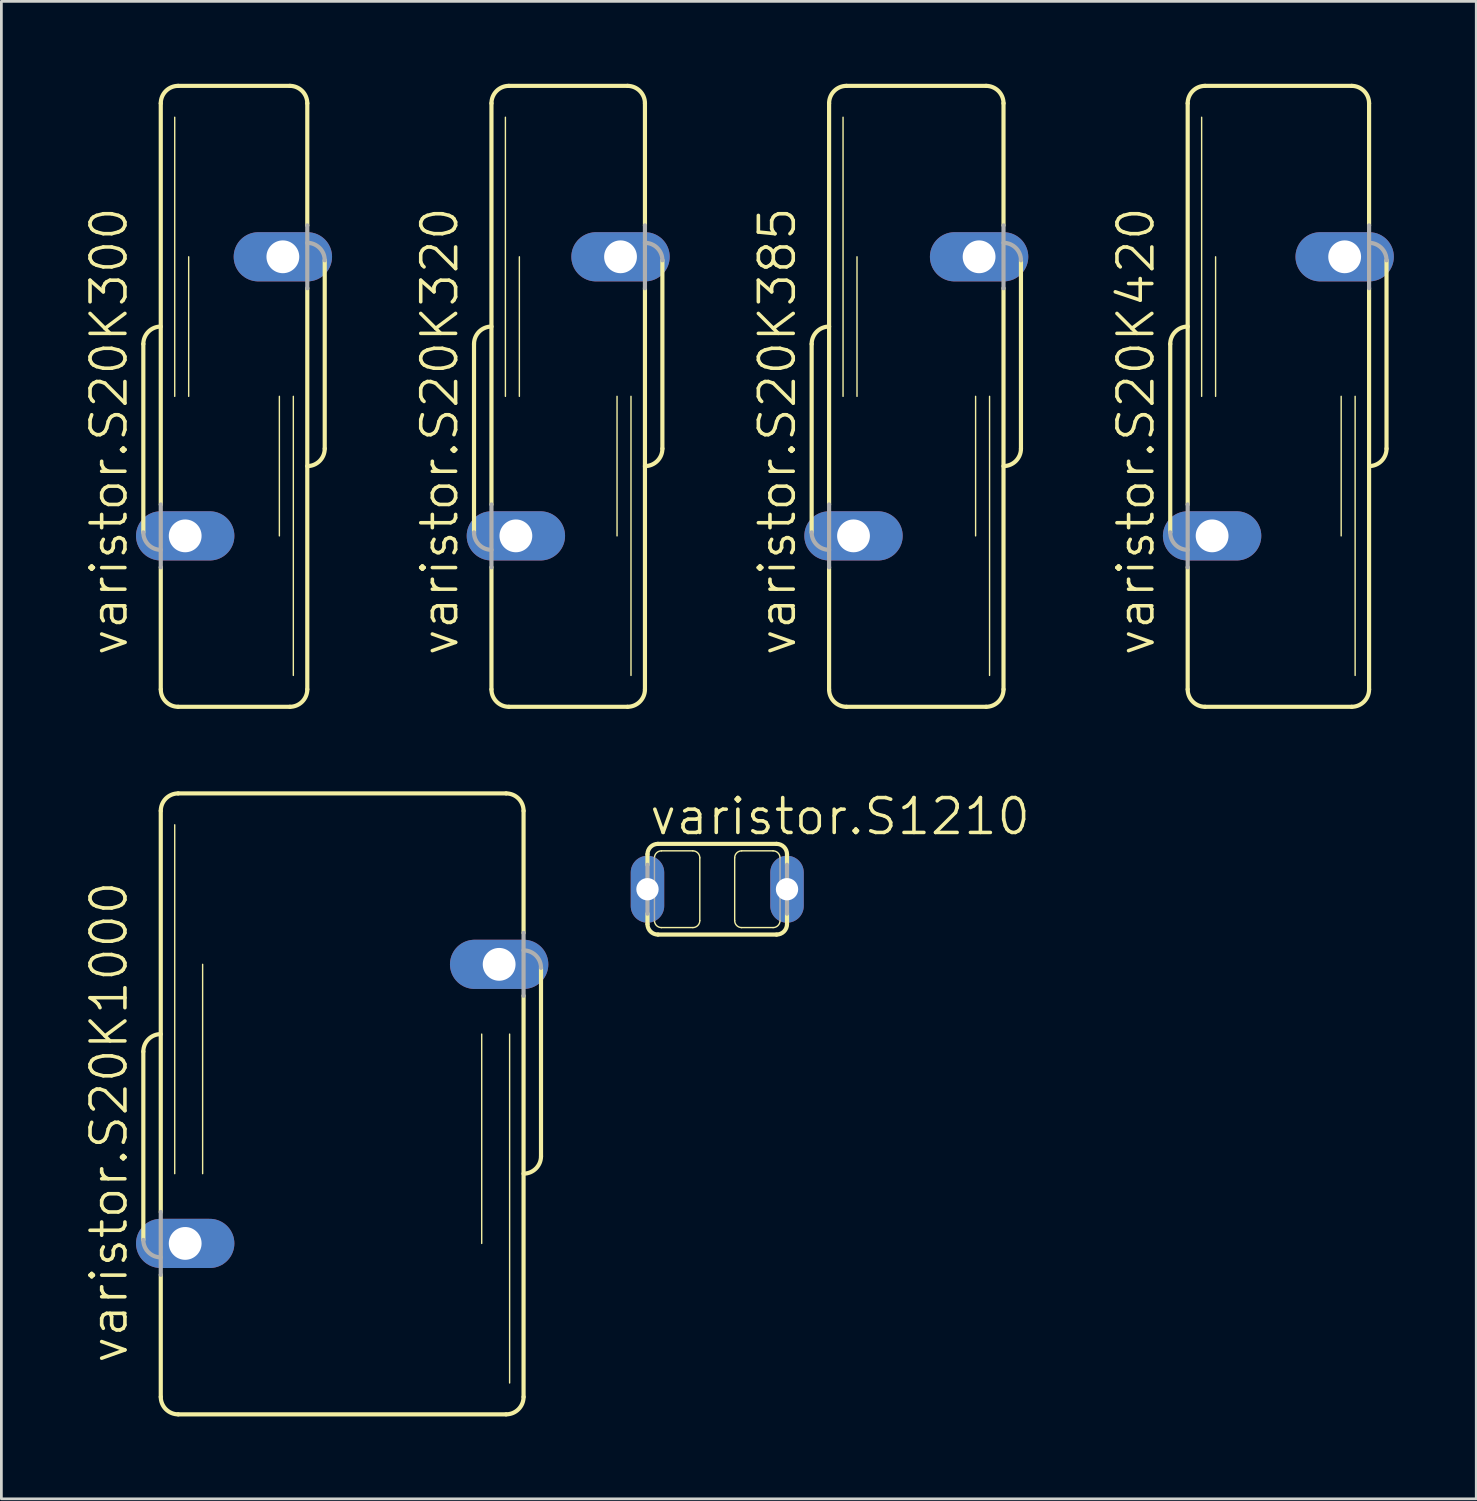
<source format=kicad_pcb>
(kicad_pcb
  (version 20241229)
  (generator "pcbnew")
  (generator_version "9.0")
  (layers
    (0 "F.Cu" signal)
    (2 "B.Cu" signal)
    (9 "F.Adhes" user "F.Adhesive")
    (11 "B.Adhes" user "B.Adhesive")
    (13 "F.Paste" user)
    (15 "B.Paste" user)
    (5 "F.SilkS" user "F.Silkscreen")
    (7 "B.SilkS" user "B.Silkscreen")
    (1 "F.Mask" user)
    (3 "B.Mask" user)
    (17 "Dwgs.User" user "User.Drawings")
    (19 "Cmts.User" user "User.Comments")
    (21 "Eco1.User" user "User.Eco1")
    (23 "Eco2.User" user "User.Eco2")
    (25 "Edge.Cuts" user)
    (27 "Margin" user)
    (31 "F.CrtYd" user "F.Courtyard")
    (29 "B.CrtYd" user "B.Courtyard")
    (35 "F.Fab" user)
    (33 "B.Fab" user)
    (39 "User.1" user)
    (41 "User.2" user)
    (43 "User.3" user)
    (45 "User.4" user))
  (footprint "varistor.S20K385"
    (layer "F.Cu")
    (at 30.309 11.379)
    (property "Reference" "varistor.S20K385" (at -4.318 9.525 90) (layer "F.SilkS") (effects (font (size 1.27 1.27) (thickness 0.13)) (justify left bottom)))
    (attr through_hole)
    (fp_line (start -3.81 -1.905) (end -3.81 4.953) (stroke (width 0.152) (type default)) (layer "F.SilkS"))
    (fp_line (start -3.175 3.937) (end -3.175 -10.668) (stroke (width 0.152) (type default)) (layer "F.SilkS"))
    (fp_line (start -3.175 10.668) (end -3.175 6.223) (stroke (width 0.152) (type default)) (layer "F.SilkS"))
    (fp_line (start -2.667 0) (end -2.667 -10.16) (stroke (width 0.051) (type default)) (layer "F.SilkS"))
    (fp_line (start -2.54 -11.303) (end 2.54 -11.303) (stroke (width 0.152) (type default)) (layer "F.SilkS"))
    (fp_line (start -2.54 11.303) (end 2.54 11.303) (stroke (width 0.152) (type default)) (layer "F.SilkS"))
    (fp_line (start -2.159 0) (end -2.159 -5.08) (stroke (width 0.051) (type default)) (layer "F.SilkS"))
    (fp_line (start 2.159 5.08) (end 2.159 0) (stroke (width 0.051) (type default)) (layer "F.SilkS"))
    (fp_line (start 2.667 10.16) (end 2.667 0) (stroke (width 0.051) (type default)) (layer "F.SilkS"))
    (fp_line (start 3.175 -6.223) (end 3.175 -10.668) (stroke (width 0.152) (type default)) (layer "F.SilkS"))
    (fp_line (start 3.175 10.668) (end 3.175 -3.937) (stroke (width 0.152) (type default)) (layer "F.SilkS"))
    (fp_line (start 3.81 1.905) (end 3.81 -4.953) (stroke (width 0.152) (type default)) (layer "F.SilkS"))
    (fp_arc (start -3.81 -1.905) (mid -3.624013 -2.354013) (end -3.175 -2.54) (stroke (width 0.1524) (type default)) (layer "F.SilkS"))
    (fp_arc (start -3.175 -10.668) (mid -2.989013 -11.117013) (end -2.54 -11.303) (stroke (width 0.1524) (type default)) (layer "F.SilkS"))
    (fp_arc (start -2.54 11.303) (mid -2.989013 11.117013) (end -3.175 10.668) (stroke (width 0.1524) (type default)) (layer "F.SilkS"))
    (fp_arc (start 2.54 -11.303) (mid 2.989013 -11.117013) (end 3.175 -10.668) (stroke (width 0.1524) (type default)) (layer "F.SilkS"))
    (fp_arc (start 3.175 10.668) (mid 2.989013 11.117013) (end 2.54 11.303) (stroke (width 0.1524) (type default)) (layer "F.SilkS"))
    (fp_arc (start 3.81 1.905) (mid 3.624013 2.354013) (end 3.175 2.54) (stroke (width 0.1524) (type default)) (layer "F.SilkS"))
    (fp_line (start -3.175 3.937) (end -3.175 6.223) (stroke (width 0.152) (type default)) (layer "F.Fab"))
    (fp_line (start 3.175 -3.937) (end 3.175 -6.223) (stroke (width 0.152) (type default)) (layer "F.Fab"))
    (fp_arc (start -3.175 5.588) (mid -3.624013 5.402013) (end -3.81 4.953) (stroke (width 0.1524) (type default)) (layer "F.Fab"))
    (fp_arc (start 3.175 -5.588) (mid 3.624013 -5.402013) (end 3.81 -4.953) (stroke (width 0.1524) (type default)) (layer "F.Fab"))
    (pad "1" thru_hole oval (at -2.286 5.08) (size 3.581 1.791) (drill 1.194) (layers "*.Cu" "*.Mask"))
    (pad "2" thru_hole oval (at 2.286 -5.08) (size 3.581 1.791) (drill 1.194) (layers "*.Cu" "*.Mask")))
  (footprint "varistor.S20K1000"
    (layer "F.Cu")
    (at 9.407 37.138)
    (property "Reference" "varistor.S20K1000" (at -7.747 9.525 90) (layer "F.SilkS") (effects (font (size 1.27 1.27) (thickness 0.13)) (justify left bottom)))
    (attr through_hole)
    (fp_line (start -7.239 -1.905) (end -7.239 4.953) (stroke (width 0.152) (type default)) (layer "F.SilkS"))
    (fp_line (start -6.604 3.937) (end -6.604 -10.668) (stroke (width 0.152) (type default)) (layer "F.SilkS"))
    (fp_line (start -6.604 10.668) (end -6.604 6.223) (stroke (width 0.152) (type default)) (layer "F.SilkS"))
    (fp_line (start -6.096 2.54) (end -6.096 -10.16) (stroke (width 0.051) (type default)) (layer "F.SilkS"))
    (fp_line (start -5.969 -11.303) (end 5.969 -11.303) (stroke (width 0.152) (type default)) (layer "F.SilkS"))
    (fp_line (start -5.969 11.303) (end 5.969 11.303) (stroke (width 0.152) (type default)) (layer "F.SilkS"))
    (fp_line (start -5.08 2.54) (end -5.08 -5.08) (stroke (width 0.051) (type default)) (layer "F.SilkS"))
    (fp_line (start 5.08 5.08) (end 5.08 -2.54) (stroke (width 0.051) (type default)) (layer "F.SilkS"))
    (fp_line (start 6.096 10.16) (end 6.096 -2.54) (stroke (width 0.051) (type default)) (layer "F.SilkS"))
    (fp_line (start 6.604 -6.223) (end 6.604 -10.668) (stroke (width 0.152) (type default)) (layer "F.SilkS"))
    (fp_line (start 6.604 10.668) (end 6.604 -3.937) (stroke (width 0.152) (type default)) (layer "F.SilkS"))
    (fp_line (start 7.239 1.905) (end 7.239 -4.953) (stroke (width 0.152) (type default)) (layer "F.SilkS"))
    (fp_arc (start -7.239 -1.905) (mid -7.053013 -2.354013) (end -6.604 -2.54) (stroke (width 0.1524) (type default)) (layer "F.SilkS"))
    (fp_arc (start -6.604 -10.668) (mid -6.418013 -11.117013) (end -5.969 -11.303) (stroke (width 0.1524) (type default)) (layer "F.SilkS"))
    (fp_arc (start -5.969 11.303) (mid -6.418013 11.117013) (end -6.604 10.668) (stroke (width 0.1524) (type default)) (layer "F.SilkS"))
    (fp_arc (start 5.969 -11.303) (mid 6.418013 -11.117013) (end 6.604 -10.668) (stroke (width 0.1524) (type default)) (layer "F.SilkS"))
    (fp_arc (start 6.604 10.668) (mid 6.418013 11.117013) (end 5.969 11.303) (stroke (width 0.1524) (type default)) (layer "F.SilkS"))
    (fp_arc (start 7.239 1.905) (mid 7.053013 2.354013) (end 6.604 2.54) (stroke (width 0.1524) (type default)) (layer "F.SilkS"))
    (fp_line (start -6.604 3.937) (end -6.604 6.223) (stroke (width 0.152) (type default)) (layer "F.Fab"))
    (fp_line (start 6.604 -3.937) (end 6.604 -6.223) (stroke (width 0.152) (type default)) (layer "F.Fab"))
    (fp_arc (start -6.604 5.588) (mid -7.053013 5.402013) (end -7.239 4.953) (stroke (width 0.1524) (type default)) (layer "F.Fab"))
    (fp_arc (start 6.604 -5.588) (mid 7.053013 -5.402013) (end 7.239 -4.953) (stroke (width 0.1524) (type default)) (layer "F.Fab"))
    (pad "1" thru_hole oval (at -5.715 5.08) (size 3.581 1.791) (drill 1.194) (layers "*.Cu" "*.Mask"))
    (pad "2" thru_hole oval (at 5.715 -5.08) (size 3.581 1.791) (drill 1.194) (layers "*.Cu" "*.Mask")))
  (footprint "varistor.S20K300"
    (layer "F.Cu")
    (at 5.47 11.379)
    (property "Reference" "varistor.S20K300" (at -3.81 9.525 90) (layer "F.SilkS") (effects (font (size 1.27 1.27) (thickness 0.13)) (justify left bottom)))
    (attr through_hole)
    (fp_line (start -3.302 -1.905) (end -3.302 4.953) (stroke (width 0.152) (type default)) (layer "F.SilkS"))
    (fp_line (start -2.667 3.937) (end -2.667 -10.668) (stroke (width 0.152) (type default)) (layer "F.SilkS"))
    (fp_line (start -2.667 10.668) (end -2.667 6.223) (stroke (width 0.152) (type default)) (layer "F.SilkS"))
    (fp_line (start -2.159 0) (end -2.159 -10.16) (stroke (width 0.051) (type default)) (layer "F.SilkS"))
    (fp_line (start -2.032 -11.303) (end 2.032 -11.303) (stroke (width 0.152) (type default)) (layer "F.SilkS"))
    (fp_line (start -2.032 11.303) (end 2.032 11.303) (stroke (width 0.152) (type default)) (layer "F.SilkS"))
    (fp_line (start -1.651 0) (end -1.651 -5.08) (stroke (width 0.051) (type default)) (layer "F.SilkS"))
    (fp_line (start 1.651 5.08) (end 1.651 0) (stroke (width 0.051) (type default)) (layer "F.SilkS"))
    (fp_line (start 2.159 10.16) (end 2.159 0) (stroke (width 0.051) (type default)) (layer "F.SilkS"))
    (fp_line (start 2.667 -6.223) (end 2.667 -10.668) (stroke (width 0.152) (type default)) (layer "F.SilkS"))
    (fp_line (start 2.667 10.668) (end 2.667 -3.937) (stroke (width 0.152) (type default)) (layer "F.SilkS"))
    (fp_line (start 3.302 1.905) (end 3.302 -4.953) (stroke (width 0.152) (type default)) (layer "F.SilkS"))
    (fp_arc (start -3.302 -1.905) (mid -3.116013 -2.354013) (end -2.667 -2.54) (stroke (width 0.1524) (type default)) (layer "F.SilkS"))
    (fp_arc (start -2.667 -10.668) (mid -2.481013 -11.117013) (end -2.032 -11.303) (stroke (width 0.1524) (type default)) (layer "F.SilkS"))
    (fp_arc (start -2.032 11.303) (mid -2.481013 11.117013) (end -2.667 10.668) (stroke (width 0.1524) (type default)) (layer "F.SilkS"))
    (fp_arc (start 2.032 -11.303) (mid 2.481013 -11.117013) (end 2.667 -10.668) (stroke (width 0.1524) (type default)) (layer "F.SilkS"))
    (fp_arc (start 2.667 10.668) (mid 2.481013 11.117013) (end 2.032 11.303) (stroke (width 0.1524) (type default)) (layer "F.SilkS"))
    (fp_arc (start 3.302 1.905) (mid 3.116013 2.354013) (end 2.667 2.54) (stroke (width 0.1524) (type default)) (layer "F.SilkS"))
    (fp_line (start -2.667 3.937) (end -2.667 6.223) (stroke (width 0.152) (type default)) (layer "F.Fab"))
    (fp_line (start 2.667 -3.937) (end 2.667 -6.223) (stroke (width 0.152) (type default)) (layer "F.Fab"))
    (fp_arc (start -2.667 5.588) (mid -3.116013 5.402013) (end -3.302 4.953) (stroke (width 0.1524) (type default)) (layer "F.Fab"))
    (fp_arc (start 2.667 -5.588) (mid 3.116013 -5.402013) (end 3.302 -4.953) (stroke (width 0.1524) (type default)) (layer "F.Fab"))
    (pad "1" thru_hole oval (at -1.778 5.08) (size 3.581 1.791) (drill 1.194) (layers "*.Cu" "*.Mask"))
    (pad "2" thru_hole oval (at 1.778 -5.08) (size 3.581 1.791) (drill 1.194) (layers "*.Cu" "*.Mask")))
  (footprint "varistor.S1210"
    (layer "F.Cu")
    (at 23.062 29.323)
    (property "Reference" "varistor.S1210" (at -2.54 -1.905 0) (layer "F.SilkS") (effects (font (size 1.27 1.27) (thickness 0.13)) (justify left bottom)))
    (attr through_hole)
    (fp_line (start -2.54 -1.27) (end -2.54 -0.889) (stroke (width 0.152) (type default)) (layer "F.SilkS"))
    (fp_line (start -2.54 0.889) (end -2.54 1.27) (stroke (width 0.152) (type default)) (layer "F.SilkS"))
    (fp_line (start -2.159 1.651) (end 2.159 1.651) (stroke (width 0.152) (type default)) (layer "F.SilkS"))
    (fp_line (start -0.889 -1.397) (end -2.032 -1.397) (stroke (width 0.051) (type default)) (layer "F.SilkS"))
    (fp_line (start -0.889 1.397) (end -2.032 1.397) (stroke (width 0.051) (type default)) (layer "F.SilkS"))
    (fp_line (start -0.635 -1.143) (end -0.635 1.143) (stroke (width 0.051) (type default)) (layer "F.SilkS"))
    (fp_line (start 0.635 -1.143) (end 0.635 1.143) (stroke (width 0.051) (type default)) (layer "F.SilkS"))
    (fp_line (start 2.032 -1.397) (end 0.889 -1.397) (stroke (width 0.051) (type default)) (layer "F.SilkS"))
    (fp_line (start 2.032 1.397) (end 0.889 1.397) (stroke (width 0.051) (type default)) (layer "F.SilkS"))
    (fp_line (start 2.159 -1.651) (end -2.159 -1.651) (stroke (width 0.152) (type default)) (layer "F.SilkS"))
    (fp_line (start 2.54 -0.889) (end 2.54 -1.27) (stroke (width 0.152) (type default)) (layer "F.SilkS"))
    (fp_line (start 2.54 1.27) (end 2.54 0.889) (stroke (width 0.152) (type default)) (layer "F.SilkS"))
    (fp_arc (start -2.54 -1.27) (mid -2.428408 -1.539408) (end -2.159 -1.651) (stroke (width 0.1524) (type default)) (layer "F.SilkS"))
    (fp_arc (start -2.286 -1.143) (mid -2.211605 -1.322605) (end -2.032 -1.397) (stroke (width 0.0508) (type default)) (layer "F.SilkS"))
    (fp_arc (start -2.159 1.651) (mid -2.428408 1.539408) (end -2.54 1.27) (stroke (width 0.1524) (type default)) (layer "F.SilkS"))
    (fp_arc (start -2.032 1.397) (mid -2.211605 1.322605) (end -2.286 1.143) (stroke (width 0.0508) (type default)) (layer "F.SilkS"))
    (fp_arc (start -0.889 -1.397) (mid -0.709395 -1.322605) (end -0.635 -1.143) (stroke (width 0.0508) (type default)) (layer "F.SilkS"))
    (fp_arc (start -0.635 1.143) (mid -0.709395 1.322605) (end -0.889 1.397) (stroke (width 0.0508) (type default)) (layer "F.SilkS"))
    (fp_arc (start 0.635 -1.143) (mid 0.709395 -1.322605) (end 0.889 -1.397) (stroke (width 0.0508) (type default)) (layer "F.SilkS"))
    (fp_arc (start 0.889 1.397) (mid 0.709395 1.322605) (end 0.635 1.143) (stroke (width 0.0508) (type default)) (layer "F.SilkS"))
    (fp_arc (start 2.032 -1.397) (mid 2.211605 -1.322605) (end 2.286 -1.143) (stroke (width 0.0508) (type default)) (layer "F.SilkS"))
    (fp_arc (start 2.159 -1.651) (mid 2.428408 -1.539408) (end 2.54 -1.27) (stroke (width 0.1524) (type default)) (layer "F.SilkS"))
    (fp_arc (start 2.286 1.143) (mid 2.211605 1.322605) (end 2.032 1.397) (stroke (width 0.0508) (type default)) (layer "F.SilkS"))
    (fp_arc (start 2.54 1.27) (mid 2.428408 1.539408) (end 2.159 1.651) (stroke (width 0.1524) (type default)) (layer "F.SilkS"))
    (fp_line (start -2.54 0.889) (end -2.54 -0.889) (stroke (width 0.152) (type default)) (layer "F.Fab"))
    (fp_line (start -2.286 -1.143) (end -2.286 1.143) (stroke (width 0.051) (type default)) (layer "F.Fab"))
    (fp_line (start 2.286 -1.143) (end 2.286 1.143) (stroke (width 0.051) (type default)) (layer "F.Fab"))
    (fp_line (start 2.54 -0.889) (end 2.54 0.889) (stroke (width 0.152) (type default)) (layer "F.Fab"))
    (pad "1" thru_hole oval (at -2.54 0 90) (size 2.438 1.219) (drill 0.813) (layers "*.Cu" "*.Mask"))
    (pad "2" thru_hole oval (at 2.54 0 90) (size 2.438 1.219) (drill 0.813) (layers "*.Cu" "*.Mask")))
  (footprint "varistor.S20K320"
    (layer "F.Cu")
    (at 17.636 11.379)
    (property "Reference" "varistor.S20K320" (at -3.937 9.525 90) (layer "F.SilkS") (effects (font (size 1.27 1.27) (thickness 0.13)) (justify left bottom)))
    (attr through_hole)
    (fp_line (start -3.429 -1.905) (end -3.429 4.953) (stroke (width 0.152) (type default)) (layer "F.SilkS"))
    (fp_line (start -2.794 3.937) (end -2.794 -10.668) (stroke (width 0.152) (type default)) (layer "F.SilkS"))
    (fp_line (start -2.794 10.668) (end -2.794 6.223) (stroke (width 0.152) (type default)) (layer "F.SilkS"))
    (fp_line (start -2.286 0) (end -2.286 -10.16) (stroke (width 0.051) (type default)) (layer "F.SilkS"))
    (fp_line (start -2.159 -11.303) (end 2.159 -11.303) (stroke (width 0.152) (type default)) (layer "F.SilkS"))
    (fp_line (start -2.159 11.303) (end 2.159 11.303) (stroke (width 0.152) (type default)) (layer "F.SilkS"))
    (fp_line (start -1.778 0) (end -1.778 -5.08) (stroke (width 0.051) (type default)) (layer "F.SilkS"))
    (fp_line (start 1.778 5.08) (end 1.778 0) (stroke (width 0.051) (type default)) (layer "F.SilkS"))
    (fp_line (start 2.286 10.16) (end 2.286 0) (stroke (width 0.051) (type default)) (layer "F.SilkS"))
    (fp_line (start 2.794 -6.223) (end 2.794 -10.668) (stroke (width 0.152) (type default)) (layer "F.SilkS"))
    (fp_line (start 2.794 10.668) (end 2.794 -3.937) (stroke (width 0.152) (type default)) (layer "F.SilkS"))
    (fp_line (start 3.429 1.905) (end 3.429 -4.953) (stroke (width 0.152) (type default)) (layer "F.SilkS"))
    (fp_arc (start -3.429 -1.905) (mid -3.243013 -2.354013) (end -2.794 -2.54) (stroke (width 0.1524) (type default)) (layer "F.SilkS"))
    (fp_arc (start -2.794 -10.668) (mid -2.608013 -11.117013) (end -2.159 -11.303) (stroke (width 0.1524) (type default)) (layer "F.SilkS"))
    (fp_arc (start -2.159 11.303) (mid -2.608013 11.117013) (end -2.794 10.668) (stroke (width 0.1524) (type default)) (layer "F.SilkS"))
    (fp_arc (start 2.159 -11.303) (mid 2.608013 -11.117013) (end 2.794 -10.668) (stroke (width 0.1524) (type default)) (layer "F.SilkS"))
    (fp_arc (start 2.794 10.668) (mid 2.608013 11.117013) (end 2.159 11.303) (stroke (width 0.1524) (type default)) (layer "F.SilkS"))
    (fp_arc (start 3.429 1.905) (mid 3.243013 2.354013) (end 2.794 2.54) (stroke (width 0.1524) (type default)) (layer "F.SilkS"))
    (fp_line (start -2.794 3.937) (end -2.794 6.223) (stroke (width 0.152) (type default)) (layer "F.Fab"))
    (fp_line (start 2.794 -3.937) (end 2.794 -6.223) (stroke (width 0.152) (type default)) (layer "F.Fab"))
    (fp_arc (start -2.794 5.588) (mid -3.243013 5.402013) (end -3.429 4.953) (stroke (width 0.1524) (type default)) (layer "F.Fab"))
    (fp_arc (start 2.794 -5.588) (mid 3.243013 -5.402013) (end 3.429 -4.953) (stroke (width 0.1524) (type default)) (layer "F.Fab"))
    (pad "1" thru_hole oval (at -1.905 5.08) (size 3.581 1.791) (drill 1.194) (layers "*.Cu" "*.Mask"))
    (pad "2" thru_hole oval (at 1.905 -5.08) (size 3.581 1.791) (drill 1.194) (layers "*.Cu" "*.Mask")))
  (footprint "varistor.S20K420"
    (layer "F.Cu")
    (at 43.491 11.379)
    (property "Reference" "varistor.S20K420" (at -4.445 9.525 90) (layer "F.SilkS") (effects (font (size 1.27 1.27) (thickness 0.13)) (justify left bottom)))
    (attr through_hole)
    (fp_line (start -3.937 -1.905) (end -3.937 4.953) (stroke (width 0.152) (type default)) (layer "F.SilkS"))
    (fp_line (start -3.302 3.937) (end -3.302 -10.668) (stroke (width 0.152) (type default)) (layer "F.SilkS"))
    (fp_line (start -3.302 10.668) (end -3.302 6.223) (stroke (width 0.152) (type default)) (layer "F.SilkS"))
    (fp_line (start -2.794 0) (end -2.794 -10.16) (stroke (width 0.051) (type default)) (layer "F.SilkS"))
    (fp_line (start -2.667 -11.303) (end 2.667 -11.303) (stroke (width 0.152) (type default)) (layer "F.SilkS"))
    (fp_line (start -2.667 11.303) (end 2.667 11.303) (stroke (width 0.152) (type default)) (layer "F.SilkS"))
    (fp_line (start -2.286 0) (end -2.286 -5.08) (stroke (width 0.051) (type default)) (layer "F.SilkS"))
    (fp_line (start 2.286 5.08) (end 2.286 0) (stroke (width 0.051) (type default)) (layer "F.SilkS"))
    (fp_line (start 2.794 10.16) (end 2.794 0) (stroke (width 0.051) (type default)) (layer "F.SilkS"))
    (fp_line (start 3.302 -6.223) (end 3.302 -10.668) (stroke (width 0.152) (type default)) (layer "F.SilkS"))
    (fp_line (start 3.302 10.668) (end 3.302 -3.937) (stroke (width 0.152) (type default)) (layer "F.SilkS"))
    (fp_line (start 3.937 1.905) (end 3.937 -4.953) (stroke (width 0.152) (type default)) (layer "F.SilkS"))
    (fp_arc (start -3.937 -1.905) (mid -3.751013 -2.354013) (end -3.302 -2.54) (stroke (width 0.1524) (type default)) (layer "F.SilkS"))
    (fp_arc (start -3.302 -10.668) (mid -3.116013 -11.117013) (end -2.667 -11.303) (stroke (width 0.1524) (type default)) (layer "F.SilkS"))
    (fp_arc (start -2.667 11.303) (mid -3.116013 11.117013) (end -3.302 10.668) (stroke (width 0.1524) (type default)) (layer "F.SilkS"))
    (fp_arc (start 2.667 -11.303) (mid 3.116013 -11.117013) (end 3.302 -10.668) (stroke (width 0.1524) (type default)) (layer "F.SilkS"))
    (fp_arc (start 3.302 10.668) (mid 3.116013 11.117013) (end 2.667 11.303) (stroke (width 0.1524) (type default)) (layer "F.SilkS"))
    (fp_arc (start 3.937 1.905) (mid 3.751013 2.354013) (end 3.302 2.54) (stroke (width 0.1524) (type default)) (layer "F.SilkS"))
    (fp_line (start -3.302 3.937) (end -3.302 6.223) (stroke (width 0.152) (type default)) (layer "F.Fab"))
    (fp_line (start 3.302 -3.937) (end 3.302 -6.223) (stroke (width 0.152) (type default)) (layer "F.Fab"))
    (fp_arc (start -3.302 5.588) (mid -3.751013 5.402013) (end -3.937 4.953) (stroke (width 0.1524) (type default)) (layer "F.Fab"))
    (fp_arc (start 3.302 -5.588) (mid 3.751013 -5.402013) (end 3.937 -4.953) (stroke (width 0.1524) (type default)) (layer "F.Fab"))
    (pad "1" thru_hole oval (at -2.413 5.08) (size 3.581 1.791) (drill 1.194) (layers "*.Cu" "*.Mask"))
    (pad "2" thru_hole oval (at 2.413 -5.08) (size 3.581 1.791) (drill 1.194) (layers "*.Cu" "*.Mask")))
  (gr_rect
    (start -3 -3)
    (end 50.695 51.517)
    (stroke (width 0.1) (type default))
    (fill no)
    (layer "Edge.Cuts")))
</source>
